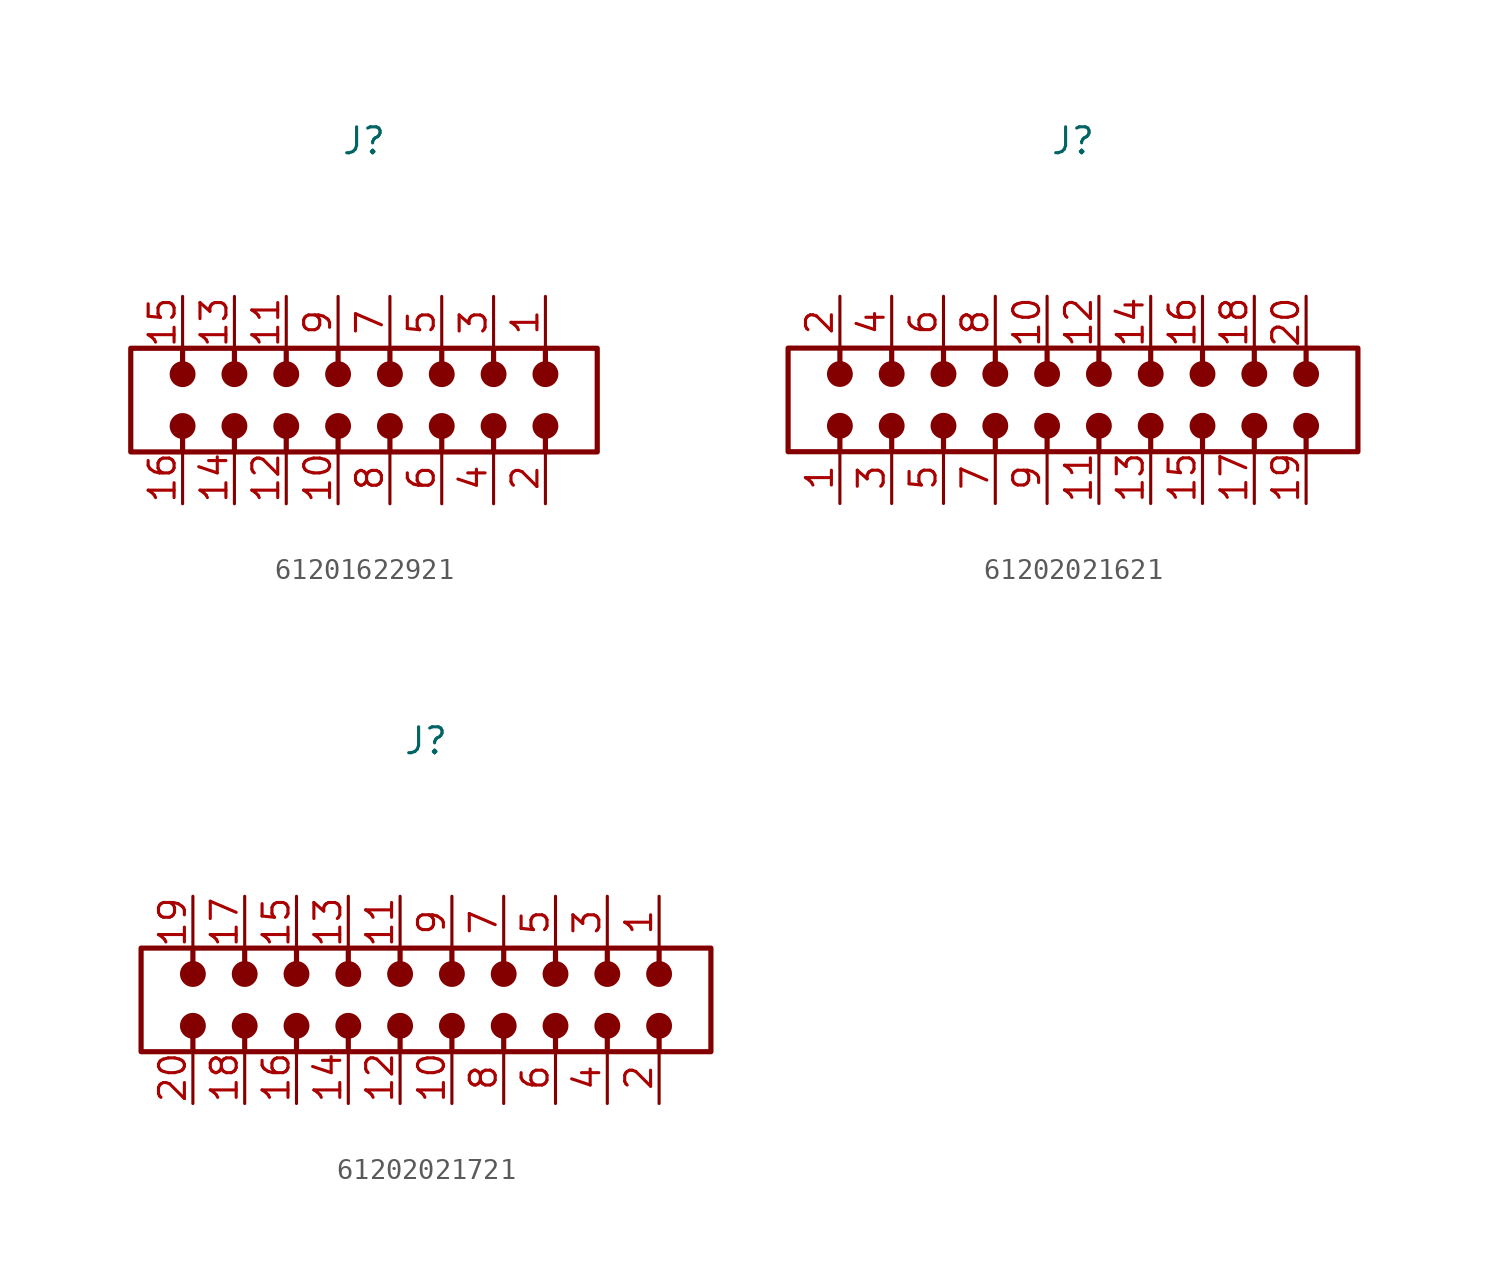
<source format=kicad_sym>
(kicad_symbol_lib
  (version 20241209)
  (generator "kicad_symbol_editor")
  (generator_version "9.0")
  (symbol "61201622921"
    (pin_names
      (hide yes))
    (property "Reference" "J"
      (at 0 12.7 0)
      (effects (font (size 1.27 1.27))))
    (symbol "61201622921_1_1"
      (rectangle (start -11.43 2.54) (end 11.43 -2.54) (stroke (width 0.254) (type solid)) (fill (type none)))
      (polyline (pts (xy -8.89 1.778) (xy -8.89 2.54)) (stroke (width 0.254) (type solid)) (fill (type none)))
      (circle (center -8.89 1.27) (radius 0.508) (stroke (width 0.254) (type solid)) (fill (type outline)))
      (circle (center -8.89 -1.27) (radius 0.508) (stroke (width 0.254) (type solid)) (fill (type outline)))
      (polyline (pts (xy -8.89 -1.778) (xy -8.89 -2.54)) (stroke (width 0.254) (type solid)) (fill (type none)))
      (polyline (pts (xy -6.35 1.778) (xy -6.35 2.54)) (stroke (width 0.254) (type solid)) (fill (type none)))
      (circle (center -6.35 1.27) (radius 0.508) (stroke (width 0.254) (type solid)) (fill (type outline)))
      (circle (center -6.35 -1.27) (radius 0.508) (stroke (width 0.254) (type solid)) (fill (type outline)))
      (polyline (pts (xy -6.35 -1.778) (xy -6.35 -2.54)) (stroke (width 0.254) (type solid)) (fill (type none)))
      (polyline (pts (xy -3.81 1.778) (xy -3.81 2.54)) (stroke (width 0.254) (type solid)) (fill (type none)))
      (circle (center -3.81 1.27) (radius 0.508) (stroke (width 0.254) (type solid)) (fill (type outline)))
      (circle (center -3.81 -1.27) (radius 0.508) (stroke (width 0.254) (type solid)) (fill (type outline)))
      (polyline (pts (xy -3.81 -1.778) (xy -3.81 -2.54)) (stroke (width 0.254) (type solid)) (fill (type none)))
      (polyline (pts (xy -1.27 1.778) (xy -1.27 2.54)) (stroke (width 0.254) (type solid)) (fill (type none)))
      (circle (center -1.27 1.27) (radius 0.508) (stroke (width 0.254) (type solid)) (fill (type outline)))
      (circle (center -1.27 -1.27) (radius 0.508) (stroke (width 0.254) (type solid)) (fill (type outline)))
      (polyline (pts (xy -1.27 -1.778) (xy -1.27 -2.54)) (stroke (width 0.254) (type solid)) (fill (type none)))
      (polyline (pts (xy 1.27 1.778) (xy 1.27 2.54)) (stroke (width 0.254) (type solid)) (fill (type none)))
      (circle (center 1.27 1.27) (radius 0.508) (stroke (width 0.254) (type solid)) (fill (type outline)))
      (circle (center 1.27 -1.27) (radius 0.508) (stroke (width 0.254) (type solid)) (fill (type outline)))
      (polyline (pts (xy 1.27 -1.778) (xy 1.27 -2.54)) (stroke (width 0.254) (type solid)) (fill (type none)))
      (polyline (pts (xy 3.81 1.778) (xy 3.81 2.54)) (stroke (width 0.254) (type solid)) (fill (type none)))
      (circle (center 3.81 1.27) (radius 0.508) (stroke (width 0.254) (type solid)) (fill (type outline)))
      (circle (center 3.81 -1.27) (radius 0.508) (stroke (width 0.254) (type solid)) (fill (type outline)))
      (polyline (pts (xy 3.81 -1.778) (xy 3.81 -2.54)) (stroke (width 0.254) (type solid)) (fill (type none)))
      (polyline (pts (xy 6.35 1.778) (xy 6.35 2.54)) (stroke (width 0.254) (type solid)) (fill (type none)))
      (circle (center 6.35 1.27) (radius 0.508) (stroke (width 0.254) (type solid)) (fill (type outline)))
      (circle (center 6.35 -1.27) (radius 0.508) (stroke (width 0.254) (type solid)) (fill (type outline)))
      (polyline (pts (xy 6.35 -1.778) (xy 6.35 -2.54)) (stroke (width 0.254) (type solid)) (fill (type none)))
      (polyline (pts (xy 8.89 1.778) (xy 8.89 2.54)) (stroke (width 0.254) (type solid)) (fill (type none)))
      (circle (center 8.89 1.27) (radius 0.508) (stroke (width 0.254) (type solid)) (fill (type outline)))
      (circle (center 8.89 -1.27) (radius 0.508) (stroke (width 0.254) (type solid)) (fill (type outline)))
      (polyline (pts (xy 8.89 -1.778) (xy 8.89 -2.54)) (stroke (width 0.254) (type solid)) (fill (type none)))
      (pin passive line (at -8.89 5.08 270) (length 2.54) (name "15" (effects (font (size 1.27 1.27)))) (number "15" (effects (font (size 1.27 1.27)))))
      (pin passive line (at -8.89 -5.08 90) (length 2.54) (name "16" (effects (font (size 1.27 1.27)))) (number "16" (effects (font (size 1.27 1.27)))))
      (pin passive line (at -6.35 5.08 270) (length 2.54) (name "13" (effects (font (size 1.27 1.27)))) (number "13" (effects (font (size 1.27 1.27)))))
      (pin passive line (at -6.35 -5.08 90) (length 2.54) (name "14" (effects (font (size 1.27 1.27)))) (number "14" (effects (font (size 1.27 1.27)))))
      (pin passive line (at -3.81 5.08 270) (length 2.54) (name "11" (effects (font (size 1.27 1.27)))) (number "11" (effects (font (size 1.27 1.27)))))
      (pin passive line (at -3.81 -5.08 90) (length 2.54) (name "12" (effects (font (size 1.27 1.27)))) (number "12" (effects (font (size 1.27 1.27)))))
      (pin passive line (at -1.27 5.08 270) (length 2.54) (name "9" (effects (font (size 1.27 1.27)))) (number "9" (effects (font (size 1.27 1.27)))))
      (pin passive line (at -1.27 -5.08 90) (length 2.54) (name "10" (effects (font (size 1.27 1.27)))) (number "10" (effects (font (size 1.27 1.27)))))
      (pin passive line (at 1.27 5.08 270) (length 2.54) (name "7" (effects (font (size 1.27 1.27)))) (number "7" (effects (font (size 1.27 1.27)))))
      (pin passive line (at 1.27 -5.08 90) (length 2.54) (name "8" (effects (font (size 1.27 1.27)))) (number "8" (effects (font (size 1.27 1.27)))))
      (pin passive line (at 3.81 5.08 270) (length 2.54) (name "5" (effects (font (size 1.27 1.27)))) (number "5" (effects (font (size 1.27 1.27)))))
      (pin passive line (at 3.81 -5.08 90) (length 2.54) (name "6" (effects (font (size 1.27 1.27)))) (number "6" (effects (font (size 1.27 1.27)))))
      (pin passive line (at 6.35 5.08 270) (length 2.54) (name "3" (effects (font (size 1.27 1.27)))) (number "3" (effects (font (size 1.27 1.27)))))
      (pin passive line (at 6.35 -5.08 90) (length 2.54) (name "4" (effects (font (size 1.27 1.27)))) (number "4" (effects (font (size 1.27 1.27)))))
      (pin passive line (at 8.89 5.08 270) (length 2.54) (name "1" (effects (font (size 1.27 1.27)))) (number "1" (effects (font (size 1.27 1.27)))))
      (pin passive line (at 8.89 -5.08 90) (length 2.54) (name "2" (effects (font (size 1.27 1.27)))) (number "2" (effects (font (size 1.27 1.27)))))))
  (symbol "61202021621"
    (pin_names
      (hide yes))
    (property "Reference" "J"
      (at 0 12.7 0)
      (effects (font (size 1.27 1.27))))
    (symbol "61202021621_1_1"
      (rectangle (start -13.97 2.54) (end 13.97 -2.54) (stroke (width 0.254) (type solid)) (fill (type none)))
      (polyline (pts (xy -11.43 1.778) (xy -11.43 2.54)) (stroke (width 0.254) (type solid)) (fill (type none)))
      (circle (center -11.43 1.27) (radius 0.508) (stroke (width 0.254) (type solid)) (fill (type outline)))
      (circle (center -11.43 -1.27) (radius 0.508) (stroke (width 0.254) (type solid)) (fill (type outline)))
      (polyline (pts (xy -11.43 -1.778) (xy -11.43 -2.54)) (stroke (width 0.254) (type solid)) (fill (type none)))
      (polyline (pts (xy -8.89 1.778) (xy -8.89 2.54)) (stroke (width 0.254) (type solid)) (fill (type none)))
      (circle (center -8.89 1.27) (radius 0.508) (stroke (width 0.254) (type solid)) (fill (type outline)))
      (circle (center -8.89 -1.27) (radius 0.508) (stroke (width 0.254) (type solid)) (fill (type outline)))
      (polyline (pts (xy -8.89 -1.778) (xy -8.89 -2.54)) (stroke (width 0.254) (type solid)) (fill (type none)))
      (polyline (pts (xy -6.35 1.778) (xy -6.35 2.54)) (stroke (width 0.254) (type solid)) (fill (type none)))
      (circle (center -6.35 1.27) (radius 0.508) (stroke (width 0.254) (type solid)) (fill (type outline)))
      (circle (center -6.35 -1.27) (radius 0.508) (stroke (width 0.254) (type solid)) (fill (type outline)))
      (polyline (pts (xy -6.35 -1.778) (xy -6.35 -2.54)) (stroke (width 0.254) (type solid)) (fill (type none)))
      (polyline (pts (xy -3.81 1.778) (xy -3.81 2.54)) (stroke (width 0.254) (type solid)) (fill (type none)))
      (circle (center -3.81 1.27) (radius 0.508) (stroke (width 0.254) (type solid)) (fill (type outline)))
      (circle (center -3.81 -1.27) (radius 0.508) (stroke (width 0.254) (type solid)) (fill (type outline)))
      (polyline (pts (xy -3.81 -1.778) (xy -3.81 -2.54)) (stroke (width 0.254) (type solid)) (fill (type none)))
      (polyline (pts (xy -1.27 1.778) (xy -1.27 2.54)) (stroke (width 0.254) (type solid)) (fill (type none)))
      (circle (center -1.27 1.27) (radius 0.508) (stroke (width 0.254) (type solid)) (fill (type outline)))
      (circle (center -1.27 -1.27) (radius 0.508) (stroke (width 0.254) (type solid)) (fill (type outline)))
      (polyline (pts (xy -1.27 -1.778) (xy -1.27 -2.54)) (stroke (width 0.254) (type solid)) (fill (type none)))
      (polyline (pts (xy 1.27 1.778) (xy 1.27 2.54)) (stroke (width 0.254) (type solid)) (fill (type none)))
      (circle (center 1.27 1.27) (radius 0.508) (stroke (width 0.254) (type solid)) (fill (type outline)))
      (circle (center 1.27 -1.27) (radius 0.508) (stroke (width 0.254) (type solid)) (fill (type outline)))
      (polyline (pts (xy 1.27 -1.778) (xy 1.27 -2.54)) (stroke (width 0.254) (type solid)) (fill (type none)))
      (polyline (pts (xy 3.81 1.778) (xy 3.81 2.54)) (stroke (width 0.254) (type solid)) (fill (type none)))
      (circle (center 3.81 1.27) (radius 0.508) (stroke (width 0.254) (type solid)) (fill (type outline)))
      (circle (center 3.81 -1.27) (radius 0.508) (stroke (width 0.254) (type solid)) (fill (type outline)))
      (polyline (pts (xy 3.81 -1.778) (xy 3.81 -2.54)) (stroke (width 0.254) (type solid)) (fill (type none)))
      (polyline (pts (xy 6.35 1.778) (xy 6.35 2.54)) (stroke (width 0.254) (type solid)) (fill (type none)))
      (circle (center 6.35 1.27) (radius 0.508) (stroke (width 0.254) (type solid)) (fill (type outline)))
      (circle (center 6.35 -1.27) (radius 0.508) (stroke (width 0.254) (type solid)) (fill (type outline)))
      (polyline (pts (xy 6.35 -1.778) (xy 6.35 -2.54)) (stroke (width 0.254) (type solid)) (fill (type none)))
      (polyline (pts (xy 8.89 1.778) (xy 8.89 2.54)) (stroke (width 0.254) (type solid)) (fill (type none)))
      (circle (center 8.89 1.27) (radius 0.508) (stroke (width 0.254) (type solid)) (fill (type outline)))
      (circle (center 8.89 -1.27) (radius 0.508) (stroke (width 0.254) (type solid)) (fill (type outline)))
      (polyline (pts (xy 8.89 -1.778) (xy 8.89 -2.54)) (stroke (width 0.254) (type solid)) (fill (type none)))
      (polyline (pts (xy 11.43 1.778) (xy 11.43 2.54)) (stroke (width 0.254) (type solid)) (fill (type none)))
      (circle (center 11.43 1.27) (radius 0.508) (stroke (width 0.254) (type solid)) (fill (type outline)))
      (circle (center 11.43 -1.27) (radius 0.508) (stroke (width 0.254) (type solid)) (fill (type outline)))
      (polyline (pts (xy 11.43 -1.778) (xy 11.43 -2.54)) (stroke (width 0.254) (type solid)) (fill (type none)))
      (pin passive line (at -11.43 5.08 270) (length 2.54) (name "2" (effects (font (size 1.27 1.27)))) (number "2" (effects (font (size 1.27 1.27)))))
      (pin passive line (at -11.43 -5.08 90) (length 2.54) (name "1" (effects (font (size 1.27 1.27)))) (number "1" (effects (font (size 1.27 1.27)))))
      (pin passive line (at -8.89 5.08 270) (length 2.54) (name "4" (effects (font (size 1.27 1.27)))) (number "4" (effects (font (size 1.27 1.27)))))
      (pin passive line (at -8.89 -5.08 90) (length 2.54) (name "3" (effects (font (size 1.27 1.27)))) (number "3" (effects (font (size 1.27 1.27)))))
      (pin passive line (at -6.35 5.08 270) (length 2.54) (name "6" (effects (font (size 1.27 1.27)))) (number "6" (effects (font (size 1.27 1.27)))))
      (pin passive line (at -6.35 -5.08 90) (length 2.54) (name "5" (effects (font (size 1.27 1.27)))) (number "5" (effects (font (size 1.27 1.27)))))
      (pin passive line (at -3.81 5.08 270) (length 2.54) (name "8" (effects (font (size 1.27 1.27)))) (number "8" (effects (font (size 1.27 1.27)))))
      (pin passive line (at -3.81 -5.08 90) (length 2.54) (name "7" (effects (font (size 1.27 1.27)))) (number "7" (effects (font (size 1.27 1.27)))))
      (pin passive line (at -1.27 5.08 270) (length 2.54) (name "10" (effects (font (size 1.27 1.27)))) (number "10" (effects (font (size 1.27 1.27)))))
      (pin passive line (at -1.27 -5.08 90) (length 2.54) (name "9" (effects (font (size 1.27 1.27)))) (number "9" (effects (font (size 1.27 1.27)))))
      (pin passive line (at 1.27 5.08 270) (length 2.54) (name "12" (effects (font (size 1.27 1.27)))) (number "12" (effects (font (size 1.27 1.27)))))
      (pin passive line (at 1.27 -5.08 90) (length 2.54) (name "11" (effects (font (size 1.27 1.27)))) (number "11" (effects (font (size 1.27 1.27)))))
      (pin passive line (at 3.81 5.08 270) (length 2.54) (name "14" (effects (font (size 1.27 1.27)))) (number "14" (effects (font (size 1.27 1.27)))))
      (pin passive line (at 3.81 -5.08 90) (length 2.54) (name "13" (effects (font (size 1.27 1.27)))) (number "13" (effects (font (size 1.27 1.27)))))
      (pin passive line (at 6.35 5.08 270) (length 2.54) (name "16" (effects (font (size 1.27 1.27)))) (number "16" (effects (font (size 1.27 1.27)))))
      (pin passive line (at 6.35 -5.08 90) (length 2.54) (name "15" (effects (font (size 1.27 1.27)))) (number "15" (effects (font (size 1.27 1.27)))))
      (pin passive line (at 8.89 5.08 270) (length 2.54) (name "18" (effects (font (size 1.27 1.27)))) (number "18" (effects (font (size 1.27 1.27)))))
      (pin passive line (at 8.89 -5.08 90) (length 2.54) (name "17" (effects (font (size 1.27 1.27)))) (number "17" (effects (font (size 1.27 1.27)))))
      (pin passive line (at 11.43 5.08 270) (length 2.54) (name "20" (effects (font (size 1.27 1.27)))) (number "20" (effects (font (size 1.27 1.27)))))
      (pin passive line (at 11.43 -5.08 90) (length 2.54) (name "19" (effects (font (size 1.27 1.27)))) (number "19" (effects (font (size 1.27 1.27)))))))
  (symbol "61202021721"
    (pin_names
      (hide yes))
    (property "Reference" "J"
      (at 0 12.7 0)
      (effects (font (size 1.27 1.27))))
    (symbol "61202021721_1_1"
      (polyline (pts (xy -11.43 1.778) (xy -11.43 2.54)) (stroke (width 0.254) (type solid)) (fill (type none)))
      (circle (center -11.43 1.27) (radius 0.508) (stroke (width 0.254) (type solid)) (fill (type outline)))
      (circle (center -11.43 -1.27) (radius 0.508) (stroke (width 0.254) (type solid)) (fill (type outline)))
      (polyline (pts (xy -11.43 -1.778) (xy -11.43 -2.54)) (stroke (width 0.254) (type solid)) (fill (type none)))
      (polyline (pts (xy -8.89 1.778) (xy -8.89 2.54)) (stroke (width 0.254) (type solid)) (fill (type none)))
      (circle (center -8.89 1.27) (radius 0.508) (stroke (width 0.254) (type solid)) (fill (type outline)))
      (circle (center -8.89 -1.27) (radius 0.508) (stroke (width 0.254) (type solid)) (fill (type outline)))
      (polyline (pts (xy -8.89 -1.778) (xy -8.89 -2.54)) (stroke (width 0.254) (type solid)) (fill (type none)))
      (polyline (pts (xy -6.35 1.778) (xy -6.35 2.54)) (stroke (width 0.254) (type solid)) (fill (type none)))
      (circle (center -6.35 1.27) (radius 0.508) (stroke (width 0.254) (type solid)) (fill (type outline)))
      (circle (center -6.35 -1.27) (radius 0.508) (stroke (width 0.254) (type solid)) (fill (type outline)))
      (polyline (pts (xy -6.35 -1.778) (xy -6.35 -2.54)) (stroke (width 0.254) (type solid)) (fill (type none)))
      (polyline (pts (xy -3.81 1.778) (xy -3.81 2.54)) (stroke (width 0.254) (type solid)) (fill (type none)))
      (circle (center -3.81 1.27) (radius 0.508) (stroke (width 0.254) (type solid)) (fill (type outline)))
      (circle (center -3.81 -1.27) (radius 0.508) (stroke (width 0.254) (type solid)) (fill (type outline)))
      (polyline (pts (xy -3.81 -1.778) (xy -3.81 -2.54)) (stroke (width 0.254) (type solid)) (fill (type none)))
      (polyline (pts (xy -1.27 1.778) (xy -1.27 2.54)) (stroke (width 0.254) (type solid)) (fill (type none)))
      (circle (center -1.27 1.27) (radius 0.508) (stroke (width 0.254) (type solid)) (fill (type outline)))
      (circle (center -1.27 -1.27) (radius 0.508) (stroke (width 0.254) (type solid)) (fill (type outline)))
      (polyline (pts (xy -1.27 -1.778) (xy -1.27 -2.54)) (stroke (width 0.254) (type solid)) (fill (type none)))
      (polyline (pts (xy 1.27 1.778) (xy 1.27 2.54)) (stroke (width 0.254) (type solid)) (fill (type none)))
      (circle (center 1.27 1.27) (radius 0.508) (stroke (width 0.254) (type solid)) (fill (type outline)))
      (circle (center 1.27 -1.27) (radius 0.508) (stroke (width 0.254) (type solid)) (fill (type outline)))
      (polyline (pts (xy 1.27 -1.778) (xy 1.27 -2.54)) (stroke (width 0.254) (type solid)) (fill (type none)))
      (polyline (pts (xy 3.81 1.778) (xy 3.81 2.54)) (stroke (width 0.254) (type solid)) (fill (type none)))
      (circle (center 3.81 1.27) (radius 0.508) (stroke (width 0.254) (type solid)) (fill (type outline)))
      (circle (center 3.81 -1.27) (radius 0.508) (stroke (width 0.254) (type solid)) (fill (type outline)))
      (polyline (pts (xy 3.81 -1.778) (xy 3.81 -2.54)) (stroke (width 0.254) (type solid)) (fill (type none)))
      (polyline (pts (xy 6.35 1.778) (xy 6.35 2.54)) (stroke (width 0.254) (type solid)) (fill (type none)))
      (circle (center 6.35 1.27) (radius 0.508) (stroke (width 0.254) (type solid)) (fill (type outline)))
      (circle (center 6.35 -1.27) (radius 0.508) (stroke (width 0.254) (type solid)) (fill (type outline)))
      (polyline (pts (xy 6.35 -1.778) (xy 6.35 -2.54)) (stroke (width 0.254) (type solid)) (fill (type none)))
      (polyline (pts (xy 8.89 1.778) (xy 8.89 2.54)) (stroke (width 0.254) (type solid)) (fill (type none)))
      (circle (center 8.89 1.27) (radius 0.508) (stroke (width 0.254) (type solid)) (fill (type outline)))
      (circle (center 8.89 -1.27) (radius 0.508) (stroke (width 0.254) (type solid)) (fill (type outline)))
      (polyline (pts (xy 8.89 -1.778) (xy 8.89 -2.54)) (stroke (width 0.254) (type solid)) (fill (type none)))
      (polyline (pts (xy 11.43 1.778) (xy 11.43 2.54)) (stroke (width 0.254) (type solid)) (fill (type none)))
      (circle (center 11.43 1.27) (radius 0.508) (stroke (width 0.254) (type solid)) (fill (type outline)))
      (circle (center 11.43 -1.27) (radius 0.508) (stroke (width 0.254) (type solid)) (fill (type outline)))
      (polyline (pts (xy 11.43 -1.778) (xy 11.43 -2.54)) (stroke (width 0.254) (type solid)) (fill (type none)))
      (rectangle (start 13.97 -2.54) (end -13.97 2.54) (stroke (width 0.254) (type solid)) (fill (type none)))
      (pin passive line (at -11.43 5.08 270) (length 2.54) (name "19" (effects (font (size 1.27 1.27)))) (number "19" (effects (font (size 1.27 1.27)))))
      (pin passive line (at -11.43 -5.08 90) (length 2.54) (name "20" (effects (font (size 1.27 1.27)))) (number "20" (effects (font (size 1.27 1.27)))))
      (pin passive line (at -8.89 5.08 270) (length 2.54) (name "17" (effects (font (size 1.27 1.27)))) (number "17" (effects (font (size 1.27 1.27)))))
      (pin passive line (at -8.89 -5.08 90) (length 2.54) (name "18" (effects (font (size 1.27 1.27)))) (number "18" (effects (font (size 1.27 1.27)))))
      (pin passive line (at -6.35 5.08 270) (length 2.54) (name "15" (effects (font (size 1.27 1.27)))) (number "15" (effects (font (size 1.27 1.27)))))
      (pin passive line (at -6.35 -5.08 90) (length 2.54) (name "16" (effects (font (size 1.27 1.27)))) (number "16" (effects (font (size 1.27 1.27)))))
      (pin passive line (at -3.81 5.08 270) (length 2.54) (name "13" (effects (font (size 1.27 1.27)))) (number "13" (effects (font (size 1.27 1.27)))))
      (pin passive line (at -3.81 -5.08 90) (length 2.54) (name "14" (effects (font (size 1.27 1.27)))) (number "14" (effects (font (size 1.27 1.27)))))
      (pin passive line (at -1.27 5.08 270) (length 2.54) (name "11" (effects (font (size 1.27 1.27)))) (number "11" (effects (font (size 1.27 1.27)))))
      (pin passive line (at -1.27 -5.08 90) (length 2.54) (name "12" (effects (font (size 1.27 1.27)))) (number "12" (effects (font (size 1.27 1.27)))))
      (pin passive line (at 1.27 5.08 270) (length 2.54) (name "9" (effects (font (size 1.27 1.27)))) (number "9" (effects (font (size 1.27 1.27)))))
      (pin passive line (at 1.27 -5.08 90) (length 2.54) (name "10" (effects (font (size 1.27 1.27)))) (number "10" (effects (font (size 1.27 1.27)))))
      (pin passive line (at 3.81 5.08 270) (length 2.54) (name "7" (effects (font (size 1.27 1.27)))) (number "7" (effects (font (size 1.27 1.27)))))
      (pin passive line (at 3.81 -5.08 90) (length 2.54) (name "8" (effects (font (size 1.27 1.27)))) (number "8" (effects (font (size 1.27 1.27)))))
      (pin passive line (at 6.35 5.08 270) (length 2.54) (name "5" (effects (font (size 1.27 1.27)))) (number "5" (effects (font (size 1.27 1.27)))))
      (pin passive line (at 6.35 -5.08 90) (length 2.54) (name "6" (effects (font (size 1.27 1.27)))) (number "6" (effects (font (size 1.27 1.27)))))
      (pin passive line (at 8.89 5.08 270) (length 2.54) (name "3" (effects (font (size 1.27 1.27)))) (number "3" (effects (font (size 1.27 1.27)))))
      (pin passive line (at 8.89 -5.08 90) (length 2.54) (name "4" (effects (font (size 1.27 1.27)))) (number "4" (effects (font (size 1.27 1.27)))))
      (pin passive line (at 11.43 5.08 270) (length 2.54) (name "1" (effects (font (size 1.27 1.27)))) (number "1" (effects (font (size 1.27 1.27)))))
      (pin passive line (at 11.43 -5.08 90) (length 2.54) (name "2" (effects (font (size 1.27 1.27)))) (number "2" (effects (font (size 1.27 1.27))))))))
</source>
